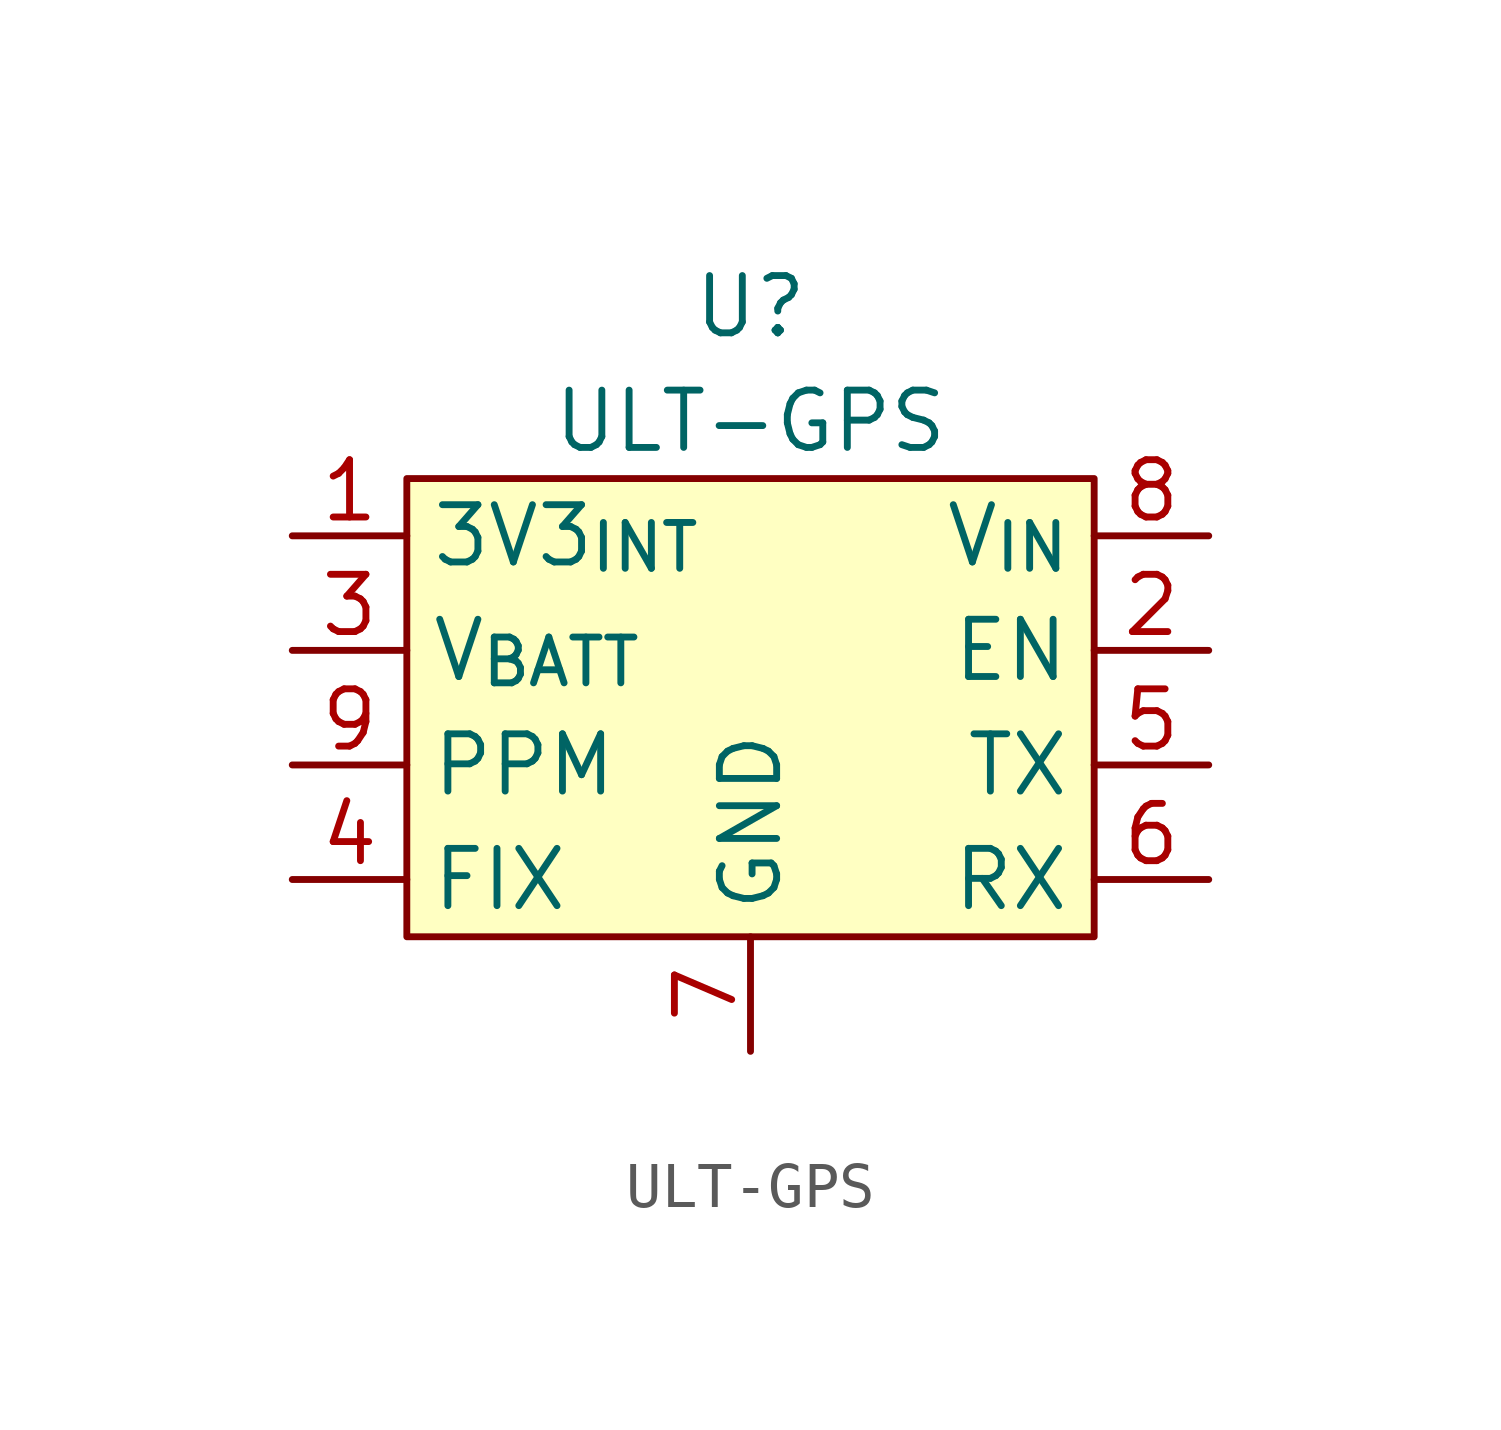
<source format=kicad_sym>
(kicad_symbol_lib
  (version 20211014)
  (generator kicad_symbol_editor)
  (symbol "ULT-GPS"
    (property "Reference" "U"
      (at 0 8.89 0)
      (effects (font (size 1.27 1.27))))
    (property "Value" "ULT-GPS"
      (at 0 6.35 0)
      (effects (font (size 1.27 1.27))))
    (symbol "ULT-GPS_0_1"
      (rectangle (start -7.62 -5.08) (end 7.62 5.08) (stroke (width 0.152) (type default) (color 0 0 0 0)) (fill (type background))))
    (symbol "ULT-GPS_1_1"
      (pin power_out line (at -10.16 3.81 0) (length 2.54) (name "3V3_{INT}" (effects (font (size 1.27 1.27)))) (number "1" (effects (font (size 1.27 1.27)))))
      (pin input line (at 10.16 1.27 180) (length 2.54) (name "EN" (effects (font (size 1.27 1.27)))) (number "2" (effects (font (size 1.27 1.27)))))
      (pin power_out line (at -10.16 1.27 0) (length 2.54) (name "V_{BATT}" (effects (font (size 1.27 1.27)))) (number "3" (effects (font (size 1.27 1.27)))))
      (pin output line (at -10.16 -3.81 0) (length 2.54) (name "FIX" (effects (font (size 1.27 1.27)))) (number "4" (effects (font (size 1.27 1.27)))))
      (pin output line (at 10.16 -1.27 180) (length 2.54) (name "TX" (effects (font (size 1.27 1.27)))) (number "5" (effects (font (size 1.27 1.27)))))
      (pin input line (at 10.16 -3.81 180) (length 2.54) (name "RX" (effects (font (size 1.27 1.27)))) (number "6" (effects (font (size 1.27 1.27)))))
      (pin power_in line (at 0 -7.62 90) (length 2.54) (name "GND" (effects (font (size 1.27 1.27)))) (number "7" (effects (font (size 1.27 1.27)))))
      (pin power_in line (at 10.16 3.81 180) (length 2.54) (name "V_{IN}" (effects (font (size 1.27 1.27)))) (number "8" (effects (font (size 1.27 1.27)))))
      (pin output line (at -10.16 -1.27 0) (length 2.54) (name "PPM" (effects (font (size 1.27 1.27)))) (number "9" (effects (font (size 1.27 1.27))))))))
</source>
